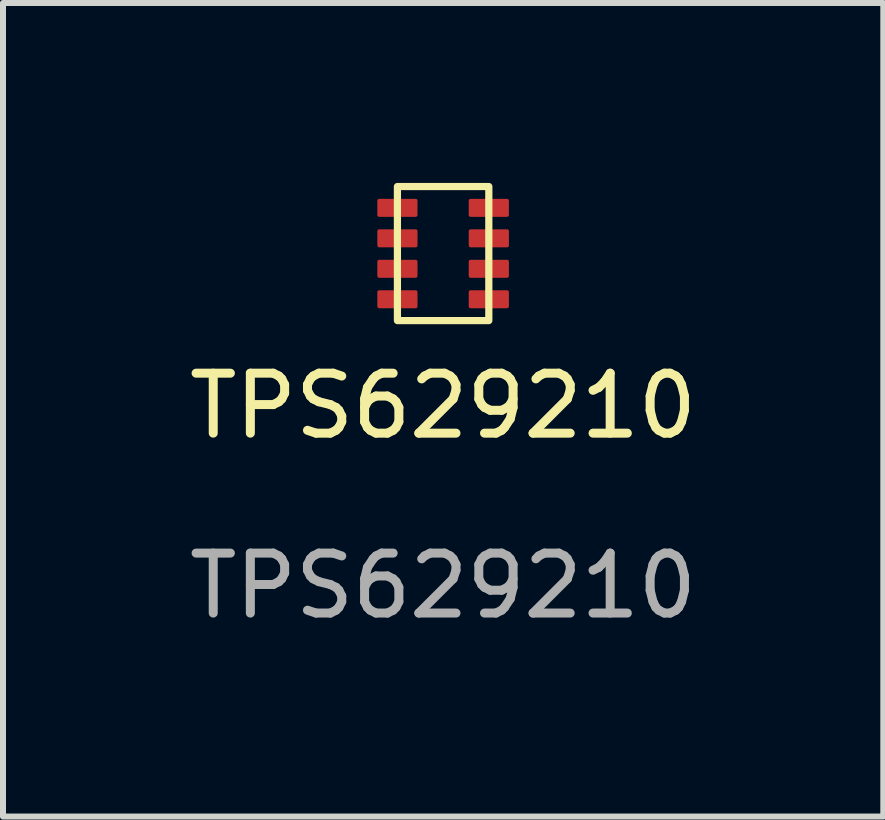
<source format=kicad_pcb>
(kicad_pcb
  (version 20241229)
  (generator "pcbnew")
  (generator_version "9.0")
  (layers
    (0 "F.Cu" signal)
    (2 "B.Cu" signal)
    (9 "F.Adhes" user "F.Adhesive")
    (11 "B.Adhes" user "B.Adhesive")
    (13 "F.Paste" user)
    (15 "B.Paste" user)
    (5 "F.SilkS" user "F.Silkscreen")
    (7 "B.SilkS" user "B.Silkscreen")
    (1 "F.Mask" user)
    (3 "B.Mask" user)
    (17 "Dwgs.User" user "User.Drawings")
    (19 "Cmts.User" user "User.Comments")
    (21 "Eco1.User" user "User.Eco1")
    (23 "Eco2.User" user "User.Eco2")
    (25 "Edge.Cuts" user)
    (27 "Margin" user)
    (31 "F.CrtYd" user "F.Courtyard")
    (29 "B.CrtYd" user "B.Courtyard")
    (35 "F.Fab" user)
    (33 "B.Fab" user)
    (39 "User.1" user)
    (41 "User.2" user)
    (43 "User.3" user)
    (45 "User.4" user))
  (footprint "TPS629210"
    (layer "F.Cu")
    (at 4.339 1.178)
    (property "Reference" "TPS629210" (at 0 2.54 0) (unlocked yes) (layer "F.SilkS") (effects (font (size 1 1) (thickness 0.15))))
    (attr smd)
    (fp_rect (start 0.762 -1.118) (end -0.762 1.118) (stroke (width 0.12) (type solid)) (fill no) (layer "F.SilkS"))
    (fp_text user "${REFERENCE}" (at 0 5.54 0) (unlocked yes) (layer "F.Fab") (effects (font (size 1 1) (thickness 0.15))))
    (pad "1" smd roundrect (at -0.762 -0.762) (size 0.67 0.3) (layers "F.Cu" "F.Mask" "F.Paste") (roundrect_rratio 0.1))
    (pad "2" smd roundrect (at -0.762 -0.254) (size 0.67 0.3) (layers "F.Cu" "F.Mask" "F.Paste") (roundrect_rratio 0.1))
    (pad "3" smd roundrect (at -0.762 0.254) (size 0.67 0.3) (layers "F.Cu" "F.Mask" "F.Paste") (roundrect_rratio 0.1))
    (pad "4" smd roundrect (at -0.762 0.762) (size 0.67 0.3) (layers "F.Cu" "F.Mask" "F.Paste") (roundrect_rratio 0.1))
    (pad "5" smd roundrect (at 0.762 0.762) (size 0.67 0.3) (layers "F.Cu" "F.Mask" "F.Paste") (roundrect_rratio 0.1))
    (pad "6" smd roundrect (at 0.762 0.254) (size 0.67 0.3) (layers "F.Cu" "F.Mask" "F.Paste") (roundrect_rratio 0.1))
    (pad "7" smd roundrect (at 0.762 -0.254) (size 0.67 0.3) (layers "F.Cu" "F.Mask" "F.Paste") (roundrect_rratio 0.1))
    (pad "8" smd roundrect (at 0.762 -0.762) (size 0.67 0.3) (layers "F.Cu" "F.Mask" "F.Paste") (roundrect_rratio 0.1)))
  (gr_rect
    (start -3 -3)
    (end 11.679 10.566)
    (stroke (width 0.1) (type default))
    (fill no)
    (layer "Edge.Cuts")))
</source>
